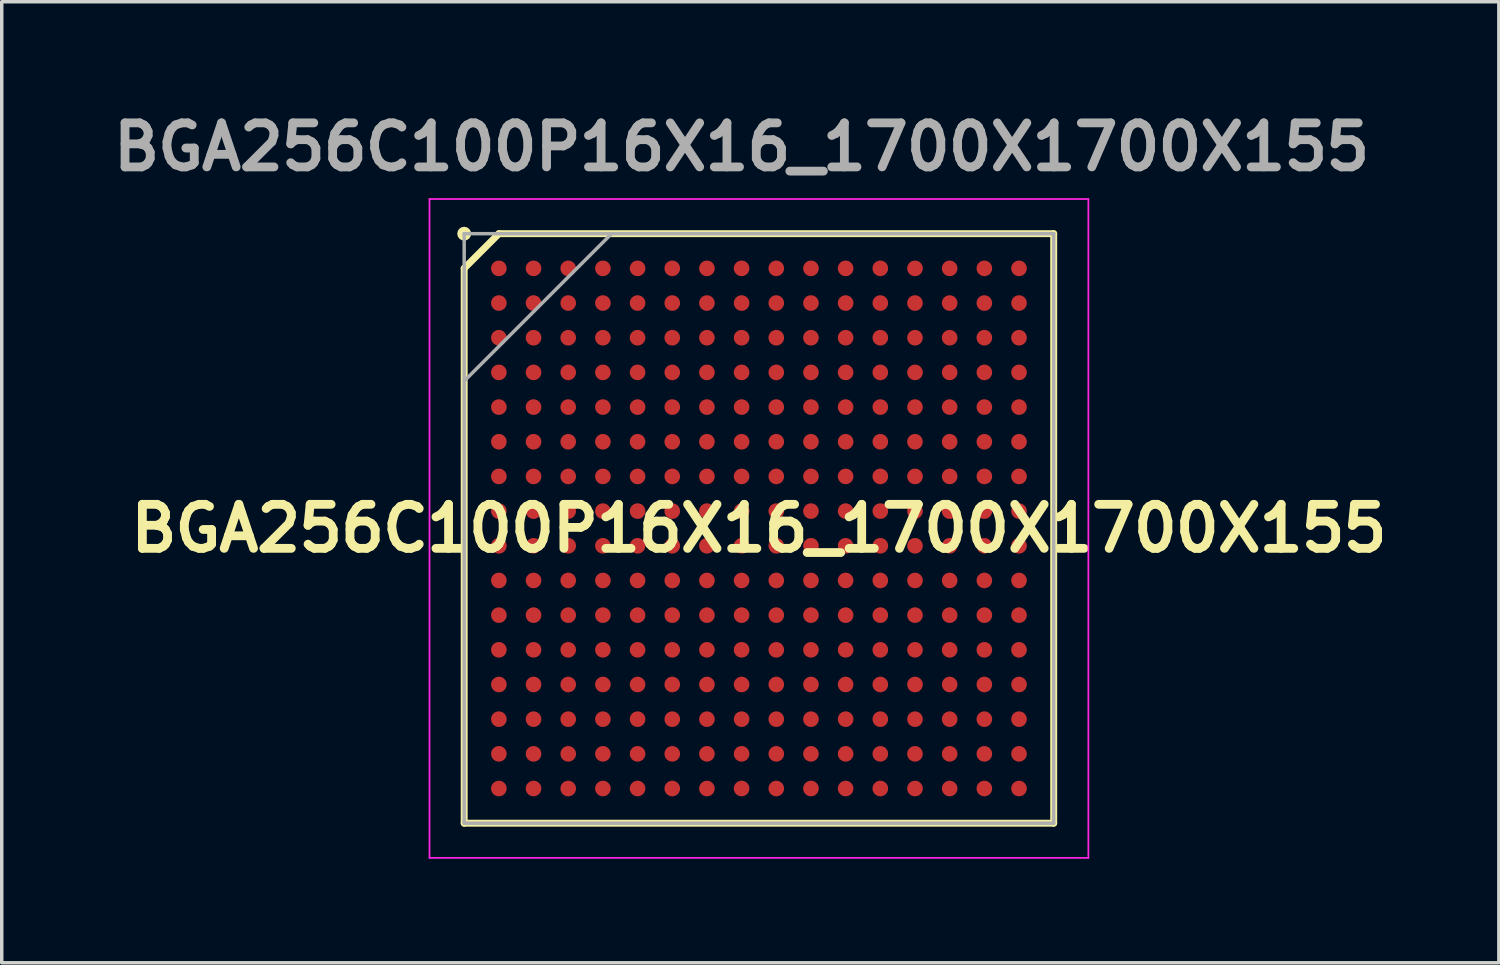
<source format=kicad_pcb>
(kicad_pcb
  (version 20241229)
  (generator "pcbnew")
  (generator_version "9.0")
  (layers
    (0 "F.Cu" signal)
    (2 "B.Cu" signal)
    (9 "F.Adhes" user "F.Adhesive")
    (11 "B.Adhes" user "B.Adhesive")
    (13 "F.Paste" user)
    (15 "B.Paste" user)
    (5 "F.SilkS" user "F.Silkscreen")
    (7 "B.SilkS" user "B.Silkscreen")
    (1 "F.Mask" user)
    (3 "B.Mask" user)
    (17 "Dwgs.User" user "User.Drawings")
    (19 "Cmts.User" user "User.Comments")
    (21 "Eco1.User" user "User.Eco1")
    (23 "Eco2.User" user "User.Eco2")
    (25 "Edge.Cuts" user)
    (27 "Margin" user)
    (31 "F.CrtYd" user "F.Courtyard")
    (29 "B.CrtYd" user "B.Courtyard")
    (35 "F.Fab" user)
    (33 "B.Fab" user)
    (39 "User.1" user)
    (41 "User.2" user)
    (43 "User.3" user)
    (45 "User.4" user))
  (footprint "BGA256C100P16X16_1700X1700X155"
    (layer "F.Cu")
    (at 18.836 12.189)
    (property "Reference" "BGA256C100P16X16_1700X1700X155" (at 0 0 0) (layer "F.SilkS") (effects (font (size 1.27 1.27) (thickness 0.254))))
    (attr smd)
    (fp_line (start -8.5 -7.5) (end -7.5 -8.5) (stroke (width 0.2) (type solid)) (layer "F.SilkS"))
    (fp_line (start -8.5 8.5) (end -8.5 -7.5) (stroke (width 0.2) (type solid)) (layer "F.SilkS"))
    (fp_line (start -7.5 -8.5) (end 8.5 -8.5) (stroke (width 0.2) (type solid)) (layer "F.SilkS"))
    (fp_line (start 8.5 -8.5) (end 8.5 8.5) (stroke (width 0.2) (type solid)) (layer "F.SilkS"))
    (fp_line (start 8.5 8.5) (end -8.5 8.5) (stroke (width 0.2) (type solid)) (layer "F.SilkS"))
    (fp_circle (center -8.5 -8.5) (end -8.5 -8.4) (stroke (width 0.2) (type solid)) (fill no) (layer "F.SilkS"))
    (fp_line (start -9.5 -9.5) (end 9.5 -9.5) (stroke (width 0.05) (type solid)) (layer "F.CrtYd"))
    (fp_line (start -9.5 9.5) (end -9.5 -9.5) (stroke (width 0.05) (type solid)) (layer "F.CrtYd"))
    (fp_line (start 9.5 -9.5) (end 9.5 9.5) (stroke (width 0.05) (type solid)) (layer "F.CrtYd"))
    (fp_line (start 9.5 9.5) (end -9.5 9.5) (stroke (width 0.05) (type solid)) (layer "F.CrtYd"))
    (fp_line (start -8.5 -8.5) (end 8.5 -8.5) (stroke (width 0.1) (type solid)) (layer "F.Fab"))
    (fp_line (start -8.5 -4.25) (end -4.25 -8.5) (stroke (width 0.1) (type solid)) (layer "F.Fab"))
    (fp_line (start -8.5 8.5) (end -8.5 -8.5) (stroke (width 0.1) (type solid)) (layer "F.Fab"))
    (fp_line (start 8.5 -8.5) (end 8.5 8.5) (stroke (width 0.1) (type solid)) (layer "F.Fab"))
    (fp_line (start 8.5 8.5) (end -8.5 8.5) (stroke (width 0.1) (type solid)) (layer "F.Fab"))
    (fp_text user "${REFERENCE}" (at -0.5 -11 0) (layer "F.Fab") (effects (font (size 1.27 1.27) (thickness 0.254))))
    (pad "A1" smd circle (at -7.5 -7.5 90) (size 0.45 0.45) (layers "F.Cu" "F.Mask" "F.Paste"))
    (pad "A2" smd circle (at -6.5 -7.5 90) (size 0.45 0.45) (layers "F.Cu" "F.Mask" "F.Paste"))
    (pad "A3" smd circle (at -5.5 -7.5 90) (size 0.45 0.45) (layers "F.Cu" "F.Mask" "F.Paste"))
    (pad "A4" smd circle (at -4.5 -7.5 90) (size 0.45 0.45) (layers "F.Cu" "F.Mask" "F.Paste"))
    (pad "A5" smd circle (at -3.5 -7.5 90) (size 0.45 0.45) (layers "F.Cu" "F.Mask" "F.Paste"))
    (pad "A6" smd circle (at -2.5 -7.5 90) (size 0.45 0.45) (layers "F.Cu" "F.Mask" "F.Paste"))
    (pad "A7" smd circle (at -1.5 -7.5 90) (size 0.45 0.45) (layers "F.Cu" "F.Mask" "F.Paste"))
    (pad "A8" smd circle (at -0.5 -7.5 90) (size 0.45 0.45) (layers "F.Cu" "F.Mask" "F.Paste"))
    (pad "A9" smd circle (at 0.5 -7.5 90) (size 0.45 0.45) (layers "F.Cu" "F.Mask" "F.Paste"))
    (pad "A10" smd circle (at 1.5 -7.5 90) (size 0.45 0.45) (layers "F.Cu" "F.Mask" "F.Paste"))
    (pad "A11" smd circle (at 2.5 -7.5 90) (size 0.45 0.45) (layers "F.Cu" "F.Mask" "F.Paste"))
    (pad "A12" smd circle (at 3.5 -7.5 90) (size 0.45 0.45) (layers "F.Cu" "F.Mask" "F.Paste"))
    (pad "A13" smd circle (at 4.5 -7.5 90) (size 0.45 0.45) (layers "F.Cu" "F.Mask" "F.Paste"))
    (pad "A14" smd circle (at 5.5 -7.5 90) (size 0.45 0.45) (layers "F.Cu" "F.Mask" "F.Paste"))
    (pad "A15" smd circle (at 6.5 -7.5 90) (size 0.45 0.45) (layers "F.Cu" "F.Mask" "F.Paste"))
    (pad "A16" smd circle (at 7.5 -7.5 90) (size 0.45 0.45) (layers "F.Cu" "F.Mask" "F.Paste"))
    (pad "B1" smd circle (at -7.5 -6.5 90) (size 0.45 0.45) (layers "F.Cu" "F.Mask" "F.Paste"))
    (pad "B2" smd circle (at -6.5 -6.5 90) (size 0.45 0.45) (layers "F.Cu" "F.Mask" "F.Paste"))
    (pad "B3" smd circle (at -5.5 -6.5 90) (size 0.45 0.45) (layers "F.Cu" "F.Mask" "F.Paste"))
    (pad "B4" smd circle (at -4.5 -6.5 90) (size 0.45 0.45) (layers "F.Cu" "F.Mask" "F.Paste"))
    (pad "B5" smd circle (at -3.5 -6.5 90) (size 0.45 0.45) (layers "F.Cu" "F.Mask" "F.Paste"))
    (pad "B6" smd circle (at -2.5 -6.5 90) (size 0.45 0.45) (layers "F.Cu" "F.Mask" "F.Paste"))
    (pad "B7" smd circle (at -1.5 -6.5 90) (size 0.45 0.45) (layers "F.Cu" "F.Mask" "F.Paste"))
    (pad "B8" smd circle (at -0.5 -6.5 90) (size 0.45 0.45) (layers "F.Cu" "F.Mask" "F.Paste"))
    (pad "B9" smd circle (at 0.5 -6.5 90) (size 0.45 0.45) (layers "F.Cu" "F.Mask" "F.Paste"))
    (pad "B10" smd circle (at 1.5 -6.5 90) (size 0.45 0.45) (layers "F.Cu" "F.Mask" "F.Paste"))
    (pad "B11" smd circle (at 2.5 -6.5 90) (size 0.45 0.45) (layers "F.Cu" "F.Mask" "F.Paste"))
    (pad "B12" smd circle (at 3.5 -6.5 90) (size 0.45 0.45) (layers "F.Cu" "F.Mask" "F.Paste"))
    (pad "B13" smd circle (at 4.5 -6.5 90) (size 0.45 0.45) (layers "F.Cu" "F.Mask" "F.Paste"))
    (pad "B14" smd circle (at 5.5 -6.5 90) (size 0.45 0.45) (layers "F.Cu" "F.Mask" "F.Paste"))
    (pad "B15" smd circle (at 6.5 -6.5 90) (size 0.45 0.45) (layers "F.Cu" "F.Mask" "F.Paste"))
    (pad "B16" smd circle (at 7.5 -6.5 90) (size 0.45 0.45) (layers "F.Cu" "F.Mask" "F.Paste"))
    (pad "C1" smd circle (at -7.5 -5.5 90) (size 0.45 0.45) (layers "F.Cu" "F.Mask" "F.Paste"))
    (pad "C2" smd circle (at -6.5 -5.5 90) (size 0.45 0.45) (layers "F.Cu" "F.Mask" "F.Paste"))
    (pad "C3" smd circle (at -5.5 -5.5 90) (size 0.45 0.45) (layers "F.Cu" "F.Mask" "F.Paste"))
    (pad "C4" smd circle (at -4.5 -5.5 90) (size 0.45 0.45) (layers "F.Cu" "F.Mask" "F.Paste"))
    (pad "C5" smd circle (at -3.5 -5.5 90) (size 0.45 0.45) (layers "F.Cu" "F.Mask" "F.Paste"))
    (pad "C6" smd circle (at -2.5 -5.5 90) (size 0.45 0.45) (layers "F.Cu" "F.Mask" "F.Paste"))
    (pad "C7" smd circle (at -1.5 -5.5 90) (size 0.45 0.45) (layers "F.Cu" "F.Mask" "F.Paste"))
    (pad "C8" smd circle (at -0.5 -5.5 90) (size 0.45 0.45) (layers "F.Cu" "F.Mask" "F.Paste"))
    (pad "C9" smd circle (at 0.5 -5.5 90) (size 0.45 0.45) (layers "F.Cu" "F.Mask" "F.Paste"))
    (pad "C10" smd circle (at 1.5 -5.5 90) (size 0.45 0.45) (layers "F.Cu" "F.Mask" "F.Paste"))
    (pad "C11" smd circle (at 2.5 -5.5 90) (size 0.45 0.45) (layers "F.Cu" "F.Mask" "F.Paste"))
    (pad "C12" smd circle (at 3.5 -5.5 90) (size 0.45 0.45) (layers "F.Cu" "F.Mask" "F.Paste"))
    (pad "C13" smd circle (at 4.5 -5.5 90) (size 0.45 0.45) (layers "F.Cu" "F.Mask" "F.Paste"))
    (pad "C14" smd circle (at 5.5 -5.5 90) (size 0.45 0.45) (layers "F.Cu" "F.Mask" "F.Paste"))
    (pad "C15" smd circle (at 6.5 -5.5 90) (size 0.45 0.45) (layers "F.Cu" "F.Mask" "F.Paste"))
    (pad "C16" smd circle (at 7.5 -5.5 90) (size 0.45 0.45) (layers "F.Cu" "F.Mask" "F.Paste"))
    (pad "D1" smd circle (at -7.5 -4.5 90) (size 0.45 0.45) (layers "F.Cu" "F.Mask" "F.Paste"))
    (pad "D2" smd circle (at -6.5 -4.5 90) (size 0.45 0.45) (layers "F.Cu" "F.Mask" "F.Paste"))
    (pad "D3" smd circle (at -5.5 -4.5 90) (size 0.45 0.45) (layers "F.Cu" "F.Mask" "F.Paste"))
    (pad "D4" smd circle (at -4.5 -4.5 90) (size 0.45 0.45) (layers "F.Cu" "F.Mask" "F.Paste"))
    (pad "D5" smd circle (at -3.5 -4.5 90) (size 0.45 0.45) (layers "F.Cu" "F.Mask" "F.Paste"))
    (pad "D6" smd circle (at -2.5 -4.5 90) (size 0.45 0.45) (layers "F.Cu" "F.Mask" "F.Paste"))
    (pad "D7" smd circle (at -1.5 -4.5 90) (size 0.45 0.45) (layers "F.Cu" "F.Mask" "F.Paste"))
    (pad "D8" smd circle (at -0.5 -4.5 90) (size 0.45 0.45) (layers "F.Cu" "F.Mask" "F.Paste"))
    (pad "D9" smd circle (at 0.5 -4.5 90) (size 0.45 0.45) (layers "F.Cu" "F.Mask" "F.Paste"))
    (pad "D10" smd circle (at 1.5 -4.5 90) (size 0.45 0.45) (layers "F.Cu" "F.Mask" "F.Paste"))
    (pad "D11" smd circle (at 2.5 -4.5 90) (size 0.45 0.45) (layers "F.Cu" "F.Mask" "F.Paste"))
    (pad "D12" smd circle (at 3.5 -4.5 90) (size 0.45 0.45) (layers "F.Cu" "F.Mask" "F.Paste"))
    (pad "D13" smd circle (at 4.5 -4.5 90) (size 0.45 0.45) (layers "F.Cu" "F.Mask" "F.Paste"))
    (pad "D14" smd circle (at 5.5 -4.5 90) (size 0.45 0.45) (layers "F.Cu" "F.Mask" "F.Paste"))
    (pad "D15" smd circle (at 6.5 -4.5 90) (size 0.45 0.45) (layers "F.Cu" "F.Mask" "F.Paste"))
    (pad "D16" smd circle (at 7.5 -4.5 90) (size 0.45 0.45) (layers "F.Cu" "F.Mask" "F.Paste"))
    (pad "E1" smd circle (at -7.5 -3.5 90) (size 0.45 0.45) (layers "F.Cu" "F.Mask" "F.Paste"))
    (pad "E2" smd circle (at -6.5 -3.5 90) (size 0.45 0.45) (layers "F.Cu" "F.Mask" "F.Paste"))
    (pad "E3" smd circle (at -5.5 -3.5 90) (size 0.45 0.45) (layers "F.Cu" "F.Mask" "F.Paste"))
    (pad "E4" smd circle (at -4.5 -3.5 90) (size 0.45 0.45) (layers "F.Cu" "F.Mask" "F.Paste"))
    (pad "E5" smd circle (at -3.5 -3.5 90) (size 0.45 0.45) (layers "F.Cu" "F.Mask" "F.Paste"))
    (pad "E6" smd circle (at -2.5 -3.5 90) (size 0.45 0.45) (layers "F.Cu" "F.Mask" "F.Paste"))
    (pad "E7" smd circle (at -1.5 -3.5 90) (size 0.45 0.45) (layers "F.Cu" "F.Mask" "F.Paste"))
    (pad "E8" smd circle (at -0.5 -3.5 90) (size 0.45 0.45) (layers "F.Cu" "F.Mask" "F.Paste"))
    (pad "E9" smd circle (at 0.5 -3.5 90) (size 0.45 0.45) (layers "F.Cu" "F.Mask" "F.Paste"))
    (pad "E10" smd circle (at 1.5 -3.5 90) (size 0.45 0.45) (layers "F.Cu" "F.Mask" "F.Paste"))
    (pad "E11" smd circle (at 2.5 -3.5 90) (size 0.45 0.45) (layers "F.Cu" "F.Mask" "F.Paste"))
    (pad "E12" smd circle (at 3.5 -3.5 90) (size 0.45 0.45) (layers "F.Cu" "F.Mask" "F.Paste"))
    (pad "E13" smd circle (at 4.5 -3.5 90) (size 0.45 0.45) (layers "F.Cu" "F.Mask" "F.Paste"))
    (pad "E14" smd circle (at 5.5 -3.5 90) (size 0.45 0.45) (layers "F.Cu" "F.Mask" "F.Paste"))
    (pad "E15" smd circle (at 6.5 -3.5 90) (size 0.45 0.45) (layers "F.Cu" "F.Mask" "F.Paste"))
    (pad "E16" smd circle (at 7.5 -3.5 90) (size 0.45 0.45) (layers "F.Cu" "F.Mask" "F.Paste"))
    (pad "F1" smd circle (at -7.5 -2.5 90) (size 0.45 0.45) (layers "F.Cu" "F.Mask" "F.Paste"))
    (pad "F2" smd circle (at -6.5 -2.5 90) (size 0.45 0.45) (layers "F.Cu" "F.Mask" "F.Paste"))
    (pad "F3" smd circle (at -5.5 -2.5 90) (size 0.45 0.45) (layers "F.Cu" "F.Mask" "F.Paste"))
    (pad "F4" smd circle (at -4.5 -2.5 90) (size 0.45 0.45) (layers "F.Cu" "F.Mask" "F.Paste"))
    (pad "F5" smd circle (at -3.5 -2.5 90) (size 0.45 0.45) (layers "F.Cu" "F.Mask" "F.Paste"))
    (pad "F6" smd circle (at -2.5 -2.5 90) (size 0.45 0.45) (layers "F.Cu" "F.Mask" "F.Paste"))
    (pad "F7" smd circle (at -1.5 -2.5 90) (size 0.45 0.45) (layers "F.Cu" "F.Mask" "F.Paste"))
    (pad "F8" smd circle (at -0.5 -2.5 90) (size 0.45 0.45) (layers "F.Cu" "F.Mask" "F.Paste"))
    (pad "F9" smd circle (at 0.5 -2.5 90) (size 0.45 0.45) (layers "F.Cu" "F.Mask" "F.Paste"))
    (pad "F10" smd circle (at 1.5 -2.5 90) (size 0.45 0.45) (layers "F.Cu" "F.Mask" "F.Paste"))
    (pad "F11" smd circle (at 2.5 -2.5 90) (size 0.45 0.45) (layers "F.Cu" "F.Mask" "F.Paste"))
    (pad "F12" smd circle (at 3.5 -2.5 90) (size 0.45 0.45) (layers "F.Cu" "F.Mask" "F.Paste"))
    (pad "F13" smd circle (at 4.5 -2.5 90) (size 0.45 0.45) (layers "F.Cu" "F.Mask" "F.Paste"))
    (pad "F14" smd circle (at 5.5 -2.5 90) (size 0.45 0.45) (layers "F.Cu" "F.Mask" "F.Paste"))
    (pad "F15" smd circle (at 6.5 -2.5 90) (size 0.45 0.45) (layers "F.Cu" "F.Mask" "F.Paste"))
    (pad "F16" smd circle (at 7.5 -2.5 90) (size 0.45 0.45) (layers "F.Cu" "F.Mask" "F.Paste"))
    (pad "G1" smd circle (at -7.5 -1.5 90) (size 0.45 0.45) (layers "F.Cu" "F.Mask" "F.Paste"))
    (pad "G2" smd circle (at -6.5 -1.5 90) (size 0.45 0.45) (layers "F.Cu" "F.Mask" "F.Paste"))
    (pad "G3" smd circle (at -5.5 -1.5 90) (size 0.45 0.45) (layers "F.Cu" "F.Mask" "F.Paste"))
    (pad "G4" smd circle (at -4.5 -1.5 90) (size 0.45 0.45) (layers "F.Cu" "F.Mask" "F.Paste"))
    (pad "G5" smd circle (at -3.5 -1.5 90) (size 0.45 0.45) (layers "F.Cu" "F.Mask" "F.Paste"))
    (pad "G6" smd circle (at -2.5 -1.5 90) (size 0.45 0.45) (layers "F.Cu" "F.Mask" "F.Paste"))
    (pad "G7" smd circle (at -1.5 -1.5 90) (size 0.45 0.45) (layers "F.Cu" "F.Mask" "F.Paste"))
    (pad "G8" smd circle (at -0.5 -1.5 90) (size 0.45 0.45) (layers "F.Cu" "F.Mask" "F.Paste"))
    (pad "G9" smd circle (at 0.5 -1.5 90) (size 0.45 0.45) (layers "F.Cu" "F.Mask" "F.Paste"))
    (pad "G10" smd circle (at 1.5 -1.5 90) (size 0.45 0.45) (layers "F.Cu" "F.Mask" "F.Paste"))
    (pad "G11" smd circle (at 2.5 -1.5 90) (size 0.45 0.45) (layers "F.Cu" "F.Mask" "F.Paste"))
    (pad "G12" smd circle (at 3.5 -1.5 90) (size 0.45 0.45) (layers "F.Cu" "F.Mask" "F.Paste"))
    (pad "G13" smd circle (at 4.5 -1.5 90) (size 0.45 0.45) (layers "F.Cu" "F.Mask" "F.Paste"))
    (pad "G14" smd circle (at 5.5 -1.5 90) (size 0.45 0.45) (layers "F.Cu" "F.Mask" "F.Paste"))
    (pad "G15" smd circle (at 6.5 -1.5 90) (size 0.45 0.45) (layers "F.Cu" "F.Mask" "F.Paste"))
    (pad "G16" smd circle (at 7.5 -1.5 90) (size 0.45 0.45) (layers "F.Cu" "F.Mask" "F.Paste"))
    (pad "H1" smd circle (at -7.5 -0.5 90) (size 0.45 0.45) (layers "F.Cu" "F.Mask" "F.Paste"))
    (pad "H2" smd circle (at -6.5 -0.5 90) (size 0.45 0.45) (layers "F.Cu" "F.Mask" "F.Paste"))
    (pad "H3" smd circle (at -5.5 -0.5 90) (size 0.45 0.45) (layers "F.Cu" "F.Mask" "F.Paste"))
    (pad "H4" smd circle (at -4.5 -0.5 90) (size 0.45 0.45) (layers "F.Cu" "F.Mask" "F.Paste"))
    (pad "H5" smd circle (at -3.5 -0.5 90) (size 0.45 0.45) (layers "F.Cu" "F.Mask" "F.Paste"))
    (pad "H6" smd circle (at -2.5 -0.5 90) (size 0.45 0.45) (layers "F.Cu" "F.Mask" "F.Paste"))
    (pad "H7" smd circle (at -1.5 -0.5 90) (size 0.45 0.45) (layers "F.Cu" "F.Mask" "F.Paste"))
    (pad "H8" smd circle (at -0.5 -0.5 90) (size 0.45 0.45) (layers "F.Cu" "F.Mask" "F.Paste"))
    (pad "H9" smd circle (at 0.5 -0.5 90) (size 0.45 0.45) (layers "F.Cu" "F.Mask" "F.Paste"))
    (pad "H10" smd circle (at 1.5 -0.5 90) (size 0.45 0.45) (layers "F.Cu" "F.Mask" "F.Paste"))
    (pad "H11" smd circle (at 2.5 -0.5 90) (size 0.45 0.45) (layers "F.Cu" "F.Mask" "F.Paste"))
    (pad "H12" smd circle (at 3.5 -0.5 90) (size 0.45 0.45) (layers "F.Cu" "F.Mask" "F.Paste"))
    (pad "H13" smd circle (at 4.5 -0.5 90) (size 0.45 0.45) (layers "F.Cu" "F.Mask" "F.Paste"))
    (pad "H14" smd circle (at 5.5 -0.5 90) (size 0.45 0.45) (layers "F.Cu" "F.Mask" "F.Paste"))
    (pad "H15" smd circle (at 6.5 -0.5 90) (size 0.45 0.45) (layers "F.Cu" "F.Mask" "F.Paste"))
    (pad "H16" smd circle (at 7.5 -0.5 90) (size 0.45 0.45) (layers "F.Cu" "F.Mask" "F.Paste"))
    (pad "J1" smd circle (at -7.5 0.5 90) (size 0.45 0.45) (layers "F.Cu" "F.Mask" "F.Paste"))
    (pad "J2" smd circle (at -6.5 0.5 90) (size 0.45 0.45) (layers "F.Cu" "F.Mask" "F.Paste"))
    (pad "J3" smd circle (at -5.5 0.5 90) (size 0.45 0.45) (layers "F.Cu" "F.Mask" "F.Paste"))
    (pad "J4" smd circle (at -4.5 0.5 90) (size 0.45 0.45) (layers "F.Cu" "F.Mask" "F.Paste"))
    (pad "J5" smd circle (at -3.5 0.5 90) (size 0.45 0.45) (layers "F.Cu" "F.Mask" "F.Paste"))
    (pad "J6" smd circle (at -2.5 0.5 90) (size 0.45 0.45) (layers "F.Cu" "F.Mask" "F.Paste"))
    (pad "J7" smd circle (at -1.5 0.5 90) (size 0.45 0.45) (layers "F.Cu" "F.Mask" "F.Paste"))
    (pad "J8" smd circle (at -0.5 0.5 90) (size 0.45 0.45) (layers "F.Cu" "F.Mask" "F.Paste"))
    (pad "J9" smd circle (at 0.5 0.5 90) (size 0.45 0.45) (layers "F.Cu" "F.Mask" "F.Paste"))
    (pad "J10" smd circle (at 1.5 0.5 90) (size 0.45 0.45) (layers "F.Cu" "F.Mask" "F.Paste"))
    (pad "J11" smd circle (at 2.5 0.5 90) (size 0.45 0.45) (layers "F.Cu" "F.Mask" "F.Paste"))
    (pad "J12" smd circle (at 3.5 0.5 90) (size 0.45 0.45) (layers "F.Cu" "F.Mask" "F.Paste"))
    (pad "J13" smd circle (at 4.5 0.5 90) (size 0.45 0.45) (layers "F.Cu" "F.Mask" "F.Paste"))
    (pad "J14" smd circle (at 5.5 0.5 90) (size 0.45 0.45) (layers "F.Cu" "F.Mask" "F.Paste"))
    (pad "J15" smd circle (at 6.5 0.5 90) (size 0.45 0.45) (layers "F.Cu" "F.Mask" "F.Paste"))
    (pad "J16" smd circle (at 7.5 0.5 90) (size 0.45 0.45) (layers "F.Cu" "F.Mask" "F.Paste"))
    (pad "K1" smd circle (at -7.5 1.5 90) (size 0.45 0.45) (layers "F.Cu" "F.Mask" "F.Paste"))
    (pad "K2" smd circle (at -6.5 1.5 90) (size 0.45 0.45) (layers "F.Cu" "F.Mask" "F.Paste"))
    (pad "K3" smd circle (at -5.5 1.5 90) (size 0.45 0.45) (layers "F.Cu" "F.Mask" "F.Paste"))
    (pad "K4" smd circle (at -4.5 1.5 90) (size 0.45 0.45) (layers "F.Cu" "F.Mask" "F.Paste"))
    (pad "K5" smd circle (at -3.5 1.5 90) (size 0.45 0.45) (layers "F.Cu" "F.Mask" "F.Paste"))
    (pad "K6" smd circle (at -2.5 1.5 90) (size 0.45 0.45) (layers "F.Cu" "F.Mask" "F.Paste"))
    (pad "K7" smd circle (at -1.5 1.5 90) (size 0.45 0.45) (layers "F.Cu" "F.Mask" "F.Paste"))
    (pad "K8" smd circle (at -0.5 1.5 90) (size 0.45 0.45) (layers "F.Cu" "F.Mask" "F.Paste"))
    (pad "K9" smd circle (at 0.5 1.5 90) (size 0.45 0.45) (layers "F.Cu" "F.Mask" "F.Paste"))
    (pad "K10" smd circle (at 1.5 1.5 90) (size 0.45 0.45) (layers "F.Cu" "F.Mask" "F.Paste"))
    (pad "K11" smd circle (at 2.5 1.5 90) (size 0.45 0.45) (layers "F.Cu" "F.Mask" "F.Paste"))
    (pad "K12" smd circle (at 3.5 1.5 90) (size 0.45 0.45) (layers "F.Cu" "F.Mask" "F.Paste"))
    (pad "K13" smd circle (at 4.5 1.5 90) (size 0.45 0.45) (layers "F.Cu" "F.Mask" "F.Paste"))
    (pad "K14" smd circle (at 5.5 1.5 90) (size 0.45 0.45) (layers "F.Cu" "F.Mask" "F.Paste"))
    (pad "K15" smd circle (at 6.5 1.5 90) (size 0.45 0.45) (layers "F.Cu" "F.Mask" "F.Paste"))
    (pad "K16" smd circle (at 7.5 1.5 90) (size 0.45 0.45) (layers "F.Cu" "F.Mask" "F.Paste"))
    (pad "L1" smd circle (at -7.5 2.5 90) (size 0.45 0.45) (layers "F.Cu" "F.Mask" "F.Paste"))
    (pad "L2" smd circle (at -6.5 2.5 90) (size 0.45 0.45) (layers "F.Cu" "F.Mask" "F.Paste"))
    (pad "L3" smd circle (at -5.5 2.5 90) (size 0.45 0.45) (layers "F.Cu" "F.Mask" "F.Paste"))
    (pad "L4" smd circle (at -4.5 2.5 90) (size 0.45 0.45) (layers "F.Cu" "F.Mask" "F.Paste"))
    (pad "L5" smd circle (at -3.5 2.5 90) (size 0.45 0.45) (layers "F.Cu" "F.Mask" "F.Paste"))
    (pad "L6" smd circle (at -2.5 2.5 90) (size 0.45 0.45) (layers "F.Cu" "F.Mask" "F.Paste"))
    (pad "L7" smd circle (at -1.5 2.5 90) (size 0.45 0.45) (layers "F.Cu" "F.Mask" "F.Paste"))
    (pad "L8" smd circle (at -0.5 2.5 90) (size 0.45 0.45) (layers "F.Cu" "F.Mask" "F.Paste"))
    (pad "L9" smd circle (at 0.5 2.5 90) (size 0.45 0.45) (layers "F.Cu" "F.Mask" "F.Paste"))
    (pad "L10" smd circle (at 1.5 2.5 90) (size 0.45 0.45) (layers "F.Cu" "F.Mask" "F.Paste"))
    (pad "L11" smd circle (at 2.5 2.5 90) (size 0.45 0.45) (layers "F.Cu" "F.Mask" "F.Paste"))
    (pad "L12" smd circle (at 3.5 2.5 90) (size 0.45 0.45) (layers "F.Cu" "F.Mask" "F.Paste"))
    (pad "L13" smd circle (at 4.5 2.5 90) (size 0.45 0.45) (layers "F.Cu" "F.Mask" "F.Paste"))
    (pad "L14" smd circle (at 5.5 2.5 90) (size 0.45 0.45) (layers "F.Cu" "F.Mask" "F.Paste"))
    (pad "L15" smd circle (at 6.5 2.5 90) (size 0.45 0.45) (layers "F.Cu" "F.Mask" "F.Paste"))
    (pad "L16" smd circle (at 7.5 2.5 90) (size 0.45 0.45) (layers "F.Cu" "F.Mask" "F.Paste"))
    (pad "M1" smd circle (at -7.5 3.5 90) (size 0.45 0.45) (layers "F.Cu" "F.Mask" "F.Paste"))
    (pad "M2" smd circle (at -6.5 3.5 90) (size 0.45 0.45) (layers "F.Cu" "F.Mask" "F.Paste"))
    (pad "M3" smd circle (at -5.5 3.5 90) (size 0.45 0.45) (layers "F.Cu" "F.Mask" "F.Paste"))
    (pad "M4" smd circle (at -4.5 3.5 90) (size 0.45 0.45) (layers "F.Cu" "F.Mask" "F.Paste"))
    (pad "M5" smd circle (at -3.5 3.5 90) (size 0.45 0.45) (layers "F.Cu" "F.Mask" "F.Paste"))
    (pad "M6" smd circle (at -2.5 3.5 90) (size 0.45 0.45) (layers "F.Cu" "F.Mask" "F.Paste"))
    (pad "M7" smd circle (at -1.5 3.5 90) (size 0.45 0.45) (layers "F.Cu" "F.Mask" "F.Paste"))
    (pad "M8" smd circle (at -0.5 3.5 90) (size 0.45 0.45) (layers "F.Cu" "F.Mask" "F.Paste"))
    (pad "M9" smd circle (at 0.5 3.5 90) (size 0.45 0.45) (layers "F.Cu" "F.Mask" "F.Paste"))
    (pad "M10" smd circle (at 1.5 3.5 90) (size 0.45 0.45) (layers "F.Cu" "F.Mask" "F.Paste"))
    (pad "M11" smd circle (at 2.5 3.5 90) (size 0.45 0.45) (layers "F.Cu" "F.Mask" "F.Paste"))
    (pad "M12" smd circle (at 3.5 3.5 90) (size 0.45 0.45) (layers "F.Cu" "F.Mask" "F.Paste"))
    (pad "M13" smd circle (at 4.5 3.5 90) (size 0.45 0.45) (layers "F.Cu" "F.Mask" "F.Paste"))
    (pad "M14" smd circle (at 5.5 3.5 90) (size 0.45 0.45) (layers "F.Cu" "F.Mask" "F.Paste"))
    (pad "M15" smd circle (at 6.5 3.5 90) (size 0.45 0.45) (layers "F.Cu" "F.Mask" "F.Paste"))
    (pad "M16" smd circle (at 7.5 3.5 90) (size 0.45 0.45) (layers "F.Cu" "F.Mask" "F.Paste"))
    (pad "N1" smd circle (at -7.5 4.5 90) (size 0.45 0.45) (layers "F.Cu" "F.Mask" "F.Paste"))
    (pad "N2" smd circle (at -6.5 4.5 90) (size 0.45 0.45) (layers "F.Cu" "F.Mask" "F.Paste"))
    (pad "N3" smd circle (at -5.5 4.5 90) (size 0.45 0.45) (layers "F.Cu" "F.Mask" "F.Paste"))
    (pad "N4" smd circle (at -4.5 4.5 90) (size 0.45 0.45) (layers "F.Cu" "F.Mask" "F.Paste"))
    (pad "N5" smd circle (at -3.5 4.5 90) (size 0.45 0.45) (layers "F.Cu" "F.Mask" "F.Paste"))
    (pad "N6" smd circle (at -2.5 4.5 90) (size 0.45 0.45) (layers "F.Cu" "F.Mask" "F.Paste"))
    (pad "N7" smd circle (at -1.5 4.5 90) (size 0.45 0.45) (layers "F.Cu" "F.Mask" "F.Paste"))
    (pad "N8" smd circle (at -0.5 4.5 90) (size 0.45 0.45) (layers "F.Cu" "F.Mask" "F.Paste"))
    (pad "N9" smd circle (at 0.5 4.5 90) (size 0.45 0.45) (layers "F.Cu" "F.Mask" "F.Paste"))
    (pad "N10" smd circle (at 1.5 4.5 90) (size 0.45 0.45) (layers "F.Cu" "F.Mask" "F.Paste"))
    (pad "N11" smd circle (at 2.5 4.5 90) (size 0.45 0.45) (layers "F.Cu" "F.Mask" "F.Paste"))
    (pad "N12" smd circle (at 3.5 4.5 90) (size 0.45 0.45) (layers "F.Cu" "F.Mask" "F.Paste"))
    (pad "N13" smd circle (at 4.5 4.5 90) (size 0.45 0.45) (layers "F.Cu" "F.Mask" "F.Paste"))
    (pad "N14" smd circle (at 5.5 4.5 90) (size 0.45 0.45) (layers "F.Cu" "F.Mask" "F.Paste"))
    (pad "N15" smd circle (at 6.5 4.5 90) (size 0.45 0.45) (layers "F.Cu" "F.Mask" "F.Paste"))
    (pad "N16" smd circle (at 7.5 4.5 90) (size 0.45 0.45) (layers "F.Cu" "F.Mask" "F.Paste"))
    (pad "P1" smd circle (at -7.5 5.5 90) (size 0.45 0.45) (layers "F.Cu" "F.Mask" "F.Paste"))
    (pad "P2" smd circle (at -6.5 5.5 90) (size 0.45 0.45) (layers "F.Cu" "F.Mask" "F.Paste"))
    (pad "P3" smd circle (at -5.5 5.5 90) (size 0.45 0.45) (layers "F.Cu" "F.Mask" "F.Paste"))
    (pad "P4" smd circle (at -4.5 5.5 90) (size 0.45 0.45) (layers "F.Cu" "F.Mask" "F.Paste"))
    (pad "P5" smd circle (at -3.5 5.5 90) (size 0.45 0.45) (layers "F.Cu" "F.Mask" "F.Paste"))
    (pad "P6" smd circle (at -2.5 5.5 90) (size 0.45 0.45) (layers "F.Cu" "F.Mask" "F.Paste"))
    (pad "P7" smd circle (at -1.5 5.5 90) (size 0.45 0.45) (layers "F.Cu" "F.Mask" "F.Paste"))
    (pad "P8" smd circle (at -0.5 5.5 90) (size 0.45 0.45) (layers "F.Cu" "F.Mask" "F.Paste"))
    (pad "P9" smd circle (at 0.5 5.5 90) (size 0.45 0.45) (layers "F.Cu" "F.Mask" "F.Paste"))
    (pad "P10" smd circle (at 1.5 5.5 90) (size 0.45 0.45) (layers "F.Cu" "F.Mask" "F.Paste"))
    (pad "P11" smd circle (at 2.5 5.5 90) (size 0.45 0.45) (layers "F.Cu" "F.Mask" "F.Paste"))
    (pad "P12" smd circle (at 3.5 5.5 90) (size 0.45 0.45) (layers "F.Cu" "F.Mask" "F.Paste"))
    (pad "P13" smd circle (at 4.5 5.5 90) (size 0.45 0.45) (layers "F.Cu" "F.Mask" "F.Paste"))
    (pad "P14" smd circle (at 5.5 5.5 90) (size 0.45 0.45) (layers "F.Cu" "F.Mask" "F.Paste"))
    (pad "P15" smd circle (at 6.5 5.5 90) (size 0.45 0.45) (layers "F.Cu" "F.Mask" "F.Paste"))
    (pad "P16" smd circle (at 7.5 5.5 90) (size 0.45 0.45) (layers "F.Cu" "F.Mask" "F.Paste"))
    (pad "R1" smd circle (at -7.5 6.5 90) (size 0.45 0.45) (layers "F.Cu" "F.Mask" "F.Paste"))
    (pad "R2" smd circle (at -6.5 6.5 90) (size 0.45 0.45) (layers "F.Cu" "F.Mask" "F.Paste"))
    (pad "R3" smd circle (at -5.5 6.5 90) (size 0.45 0.45) (layers "F.Cu" "F.Mask" "F.Paste"))
    (pad "R4" smd circle (at -4.5 6.5 90) (size 0.45 0.45) (layers "F.Cu" "F.Mask" "F.Paste"))
    (pad "R5" smd circle (at -3.5 6.5 90) (size 0.45 0.45) (layers "F.Cu" "F.Mask" "F.Paste"))
    (pad "R6" smd circle (at -2.5 6.5 90) (size 0.45 0.45) (layers "F.Cu" "F.Mask" "F.Paste"))
    (pad "R7" smd circle (at -1.5 6.5 90) (size 0.45 0.45) (layers "F.Cu" "F.Mask" "F.Paste"))
    (pad "R8" smd circle (at -0.5 6.5 90) (size 0.45 0.45) (layers "F.Cu" "F.Mask" "F.Paste"))
    (pad "R9" smd circle (at 0.5 6.5 90) (size 0.45 0.45) (layers "F.Cu" "F.Mask" "F.Paste"))
    (pad "R10" smd circle (at 1.5 6.5 90) (size 0.45 0.45) (layers "F.Cu" "F.Mask" "F.Paste"))
    (pad "R11" smd circle (at 2.5 6.5 90) (size 0.45 0.45) (layers "F.Cu" "F.Mask" "F.Paste"))
    (pad "R12" smd circle (at 3.5 6.5 90) (size 0.45 0.45) (layers "F.Cu" "F.Mask" "F.Paste"))
    (pad "R13" smd circle (at 4.5 6.5 90) (size 0.45 0.45) (layers "F.Cu" "F.Mask" "F.Paste"))
    (pad "R14" smd circle (at 5.5 6.5 90) (size 0.45 0.45) (layers "F.Cu" "F.Mask" "F.Paste"))
    (pad "R15" smd circle (at 6.5 6.5 90) (size 0.45 0.45) (layers "F.Cu" "F.Mask" "F.Paste"))
    (pad "R16" smd circle (at 7.5 6.5 90) (size 0.45 0.45) (layers "F.Cu" "F.Mask" "F.Paste"))
    (pad "T1" smd circle (at -7.5 7.5 90) (size 0.45 0.45) (layers "F.Cu" "F.Mask" "F.Paste"))
    (pad "T2" smd circle (at -6.5 7.5 90) (size 0.45 0.45) (layers "F.Cu" "F.Mask" "F.Paste"))
    (pad "T3" smd circle (at -5.5 7.5 90) (size 0.45 0.45) (layers "F.Cu" "F.Mask" "F.Paste"))
    (pad "T4" smd circle (at -4.5 7.5 90) (size 0.45 0.45) (layers "F.Cu" "F.Mask" "F.Paste"))
    (pad "T5" smd circle (at -3.5 7.5 90) (size 0.45 0.45) (layers "F.Cu" "F.Mask" "F.Paste"))
    (pad "T6" smd circle (at -2.5 7.5 90) (size 0.45 0.45) (layers "F.Cu" "F.Mask" "F.Paste"))
    (pad "T7" smd circle (at -1.5 7.5 90) (size 0.45 0.45) (layers "F.Cu" "F.Mask" "F.Paste"))
    (pad "T8" smd circle (at -0.5 7.5 90) (size 0.45 0.45) (layers "F.Cu" "F.Mask" "F.Paste"))
    (pad "T9" smd circle (at 0.5 7.5 90) (size 0.45 0.45) (layers "F.Cu" "F.Mask" "F.Paste"))
    (pad "T10" smd circle (at 1.5 7.5 90) (size 0.45 0.45) (layers "F.Cu" "F.Mask" "F.Paste"))
    (pad "T11" smd circle (at 2.5 7.5 90) (size 0.45 0.45) (layers "F.Cu" "F.Mask" "F.Paste"))
    (pad "T12" smd circle (at 3.5 7.5 90) (size 0.45 0.45) (layers "F.Cu" "F.Mask" "F.Paste"))
    (pad "T13" smd circle (at 4.5 7.5 90) (size 0.45 0.45) (layers "F.Cu" "F.Mask" "F.Paste"))
    (pad "T14" smd circle (at 5.5 7.5 90) (size 0.45 0.45) (layers "F.Cu" "F.Mask" "F.Paste"))
    (pad "T15" smd circle (at 6.5 7.5 90) (size 0.45 0.45) (layers "F.Cu" "F.Mask" "F.Paste"))
    (pad "T16" smd circle (at 7.5 7.5 90) (size 0.45 0.45) (layers "F.Cu" "F.Mask" "F.Paste")))
  (gr_rect
    (start -3 -3)
    (end 40.173 24.714)
    (stroke (width 0.1) (type default))
    (fill no)
    (layer "Edge.Cuts")))
</source>
